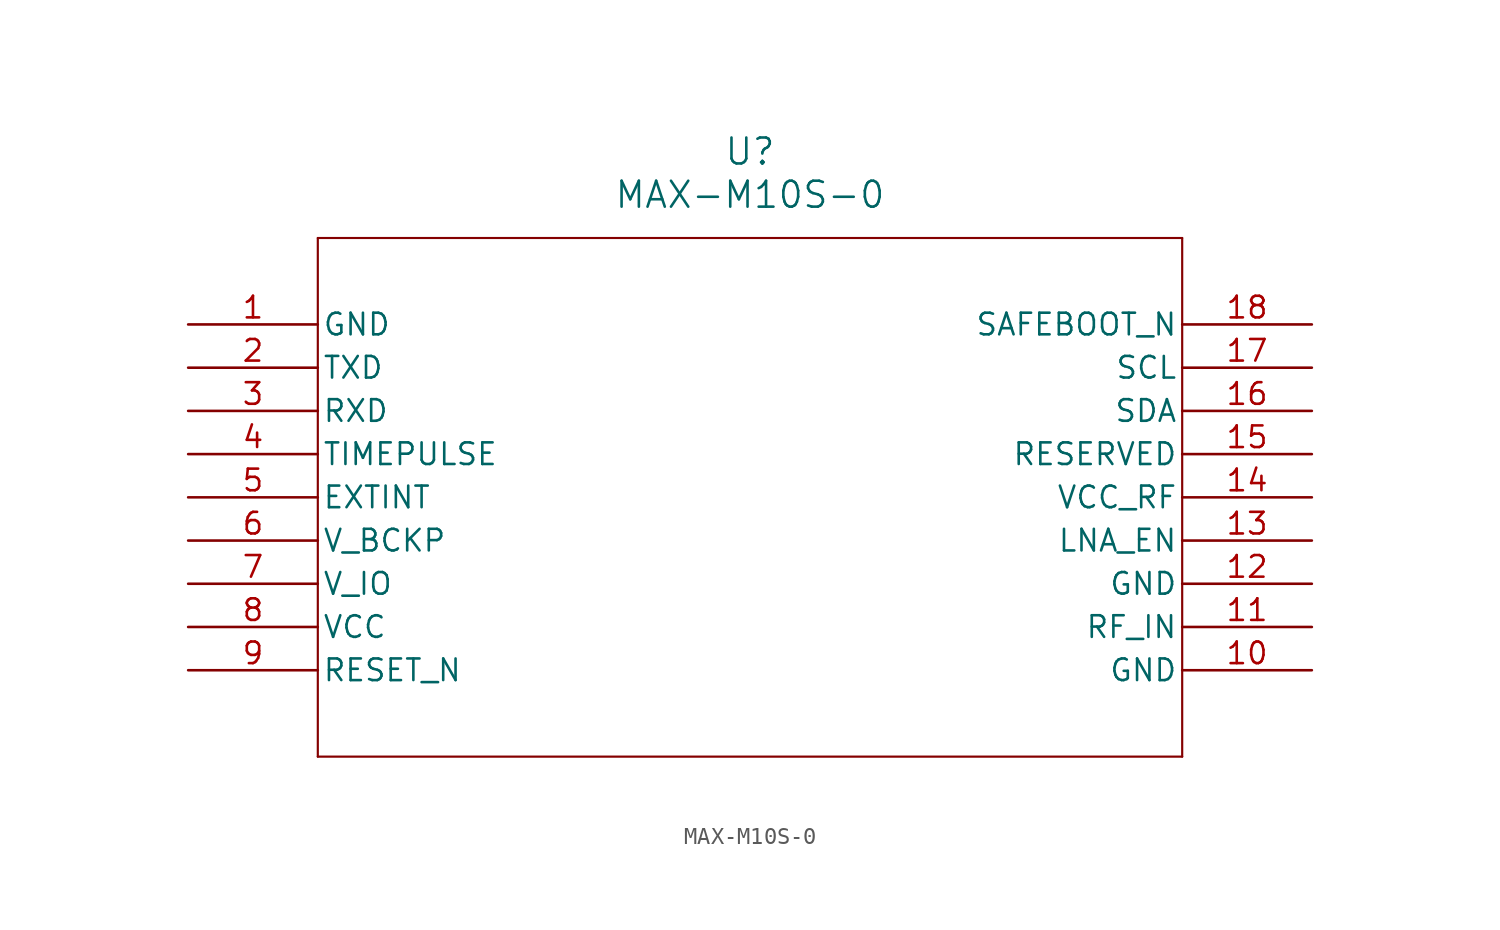
<source format=kicad_sym>
(kicad_symbol_lib
  (version 20211014)
  (generator kicad_symbol_editor)
  (symbol "MAX-M10S-0"
    (pin_names
      (offset 0.254))
    (property "Reference" "U"
      (at 33.02 10.16 0)
      (effects (font (size 1.524 1.524))))
    (property "Value" "MAX-M10S-0"
      (at 33.02 7.62 0)
      (effects (font (size 1.524 1.524))))
    (symbol "MAX-M10S-0_0_1"
      (polyline (pts (xy 7.62 5.08) (xy 7.62 -25.4)) (stroke (width 0.127) (type default) (color 0 0 0 0)) (fill (type none)))
      (polyline (pts (xy 7.62 -25.4) (xy 58.42 -25.4)) (stroke (width 0.127) (type default) (color 0 0 0 0)) (fill (type none)))
      (polyline (pts (xy 58.42 -25.4) (xy 58.42 5.08)) (stroke (width 0.127) (type default) (color 0 0 0 0)) (fill (type none)))
      (polyline (pts (xy 58.42 5.08) (xy 7.62 5.08)) (stroke (width 0.127) (type default) (color 0 0 0 0)) (fill (type none)))
      (pin power_out line (at 0 0 0) (length 7.62) (name "GND" (effects (font (size 1.27 1.27)))) (number "1" (effects (font (size 1.27 1.27)))))
      (pin unspecified line (at 0 -2.54 0) (length 7.62) (name "TXD" (effects (font (size 1.27 1.27)))) (number "2" (effects (font (size 1.27 1.27)))))
      (pin unspecified line (at 0 -5.08 0) (length 7.62) (name "RXD" (effects (font (size 1.27 1.27)))) (number "3" (effects (font (size 1.27 1.27)))))
      (pin unspecified line (at 0 -7.62 0) (length 7.62) (name "TIMEPULSE" (effects (font (size 1.27 1.27)))) (number "4" (effects (font (size 1.27 1.27)))))
      (pin unspecified line (at 0 -10.16 0) (length 7.62) (name "EXTINT" (effects (font (size 1.27 1.27)))) (number "5" (effects (font (size 1.27 1.27)))))
      (pin unspecified line (at 0 -12.7 0) (length 7.62) (name "V_BCKP" (effects (font (size 1.27 1.27)))) (number "6" (effects (font (size 1.27 1.27)))))
      (pin unspecified line (at 0 -15.24 0) (length 7.62) (name "V_IO" (effects (font (size 1.27 1.27)))) (number "7" (effects (font (size 1.27 1.27)))))
      (pin power_in line (at 0 -17.78 0) (length 7.62) (name "VCC" (effects (font (size 1.27 1.27)))) (number "8" (effects (font (size 1.27 1.27)))))
      (pin unspecified line (at 0 -20.32 0) (length 7.62) (name "RESET_N" (effects (font (size 1.27 1.27)))) (number "9" (effects (font (size 1.27 1.27)))))
      (pin power_out line (at 66.04 -20.32 180) (length 7.62) (name "GND" (effects (font (size 1.27 1.27)))) (number "10" (effects (font (size 1.27 1.27)))))
      (pin unspecified line (at 66.04 -17.78 180) (length 7.62) (name "RF_IN" (effects (font (size 1.27 1.27)))) (number "11" (effects (font (size 1.27 1.27)))))
      (pin power_out line (at 66.04 -15.24 180) (length 7.62) (name "GND" (effects (font (size 1.27 1.27)))) (number "12" (effects (font (size 1.27 1.27)))))
      (pin unspecified line (at 66.04 -12.7 180) (length 7.62) (name "LNA_EN" (effects (font (size 1.27 1.27)))) (number "13" (effects (font (size 1.27 1.27)))))
      (pin power_in line (at 66.04 -10.16 180) (length 7.62) (name "VCC_RF" (effects (font (size 1.27 1.27)))) (number "14" (effects (font (size 1.27 1.27)))))
      (pin unspecified line (at 66.04 -7.62 180) (length 7.62) (name "RESERVED" (effects (font (size 1.27 1.27)))) (number "15" (effects (font (size 1.27 1.27)))))
      (pin unspecified line (at 66.04 -5.08 180) (length 7.62) (name "SDA" (effects (font (size 1.27 1.27)))) (number "16" (effects (font (size 1.27 1.27)))))
      (pin unspecified line (at 66.04 -2.54 180) (length 7.62) (name "SCL" (effects (font (size 1.27 1.27)))) (number "17" (effects (font (size 1.27 1.27)))))
      (pin unspecified line (at 66.04 0 180) (length 7.62) (name "SAFEBOOT_N" (effects (font (size 1.27 1.27)))) (number "18" (effects (font (size 1.27 1.27))))))))
</source>
